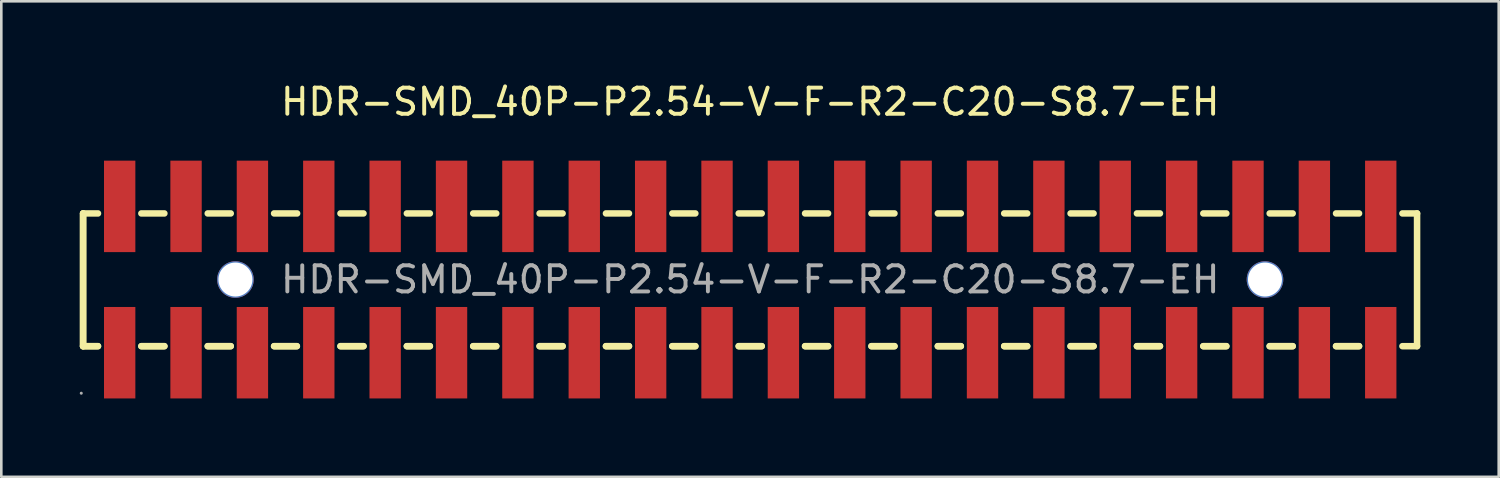
<source format=kicad_pcb>
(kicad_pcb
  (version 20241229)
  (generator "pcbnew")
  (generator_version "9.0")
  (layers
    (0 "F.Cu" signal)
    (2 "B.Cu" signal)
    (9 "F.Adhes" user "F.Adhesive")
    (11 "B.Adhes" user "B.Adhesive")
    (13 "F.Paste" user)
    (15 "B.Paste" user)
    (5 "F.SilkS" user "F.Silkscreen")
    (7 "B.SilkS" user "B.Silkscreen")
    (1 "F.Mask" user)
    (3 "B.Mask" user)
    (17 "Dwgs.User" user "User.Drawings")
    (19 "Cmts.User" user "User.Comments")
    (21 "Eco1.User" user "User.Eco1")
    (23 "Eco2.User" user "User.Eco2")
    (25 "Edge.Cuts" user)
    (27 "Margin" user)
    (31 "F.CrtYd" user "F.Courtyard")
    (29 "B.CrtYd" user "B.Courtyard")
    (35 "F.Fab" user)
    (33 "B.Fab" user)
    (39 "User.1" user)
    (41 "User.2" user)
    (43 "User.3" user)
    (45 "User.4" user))
  (footprint "HDR-SMD_40P-P2.54-V-F-R2-C20-S8.7-EH"
    (layer "F.Cu")
    (at 25.66 7.648)
    (property "Reference" "HDR-SMD_40P-P2.54-V-F-R2-C20-S8.7-EH" (at 0 -6.8 0) (layer "F.SilkS") (effects (font (size 1 1) (thickness 0.15))))
    (attr smd)
    (fp_line (start -25.53 -2.53) (end -24.96 -2.53) (stroke (width 0.25) (type solid)) (layer "F.SilkS"))
    (fp_line (start -25.53 2.55) (end -25.53 -2.53) (stroke (width 0.25) (type solid)) (layer "F.SilkS"))
    (fp_line (start -25.53 2.55) (end -25.53 -2.53) (stroke (width 0.25) (type solid)) (layer "F.SilkS"))
    (fp_line (start -24.96 2.55) (end -25.53 2.55) (stroke (width 0.25) (type solid)) (layer "F.SilkS"))
    (fp_line (start -24.96 2.55) (end -25.53 2.55) (stroke (width 0.25) (type solid)) (layer "F.SilkS"))
    (fp_line (start -23.3 -2.53) (end -22.42 -2.53) (stroke (width 0.25) (type solid)) (layer "F.SilkS"))
    (fp_line (start -22.42 2.55) (end -23.3 2.55) (stroke (width 0.25) (type solid)) (layer "F.SilkS"))
    (fp_line (start -22.42 2.55) (end -23.3 2.55) (stroke (width 0.25) (type solid)) (layer "F.SilkS"))
    (fp_line (start -20.76 -2.53) (end -19.88 -2.53) (stroke (width 0.25) (type solid)) (layer "F.SilkS"))
    (fp_line (start -19.88 2.55) (end -20.76 2.55) (stroke (width 0.25) (type solid)) (layer "F.SilkS"))
    (fp_line (start -19.88 2.55) (end -20.76 2.55) (stroke (width 0.25) (type solid)) (layer "F.SilkS"))
    (fp_line (start -18.22 -2.53) (end -17.34 -2.53) (stroke (width 0.25) (type solid)) (layer "F.SilkS"))
    (fp_line (start -17.35 2.55) (end -18.22 2.55) (stroke (width 0.25) (type solid)) (layer "F.SilkS"))
    (fp_line (start -17.35 2.55) (end -18.22 2.55) (stroke (width 0.25) (type solid)) (layer "F.SilkS"))
    (fp_line (start -15.68 -2.53) (end -14.8 -2.53) (stroke (width 0.25) (type solid)) (layer "F.SilkS"))
    (fp_line (start -14.8 2.55) (end -15.68 2.55) (stroke (width 0.25) (type solid)) (layer "F.SilkS"))
    (fp_line (start -14.8 2.55) (end -15.68 2.55) (stroke (width 0.25) (type solid)) (layer "F.SilkS"))
    (fp_line (start -13.14 -2.53) (end -12.26 -2.53) (stroke (width 0.25) (type solid)) (layer "F.SilkS"))
    (fp_line (start -12.26 2.55) (end -13.14 2.55) (stroke (width 0.25) (type solid)) (layer "F.SilkS"))
    (fp_line (start -12.26 2.55) (end -13.14 2.55) (stroke (width 0.25) (type solid)) (layer "F.SilkS"))
    (fp_line (start -10.6 -2.53) (end -9.72 -2.53) (stroke (width 0.25) (type solid)) (layer "F.SilkS"))
    (fp_line (start -9.72 2.55) (end -10.6 2.55) (stroke (width 0.25) (type solid)) (layer "F.SilkS"))
    (fp_line (start -9.72 2.55) (end -10.6 2.55) (stroke (width 0.25) (type solid)) (layer "F.SilkS"))
    (fp_line (start -8.06 -2.53) (end -7.18 -2.53) (stroke (width 0.25) (type solid)) (layer "F.SilkS"))
    (fp_line (start -7.18 2.55) (end -8.06 2.55) (stroke (width 0.25) (type solid)) (layer "F.SilkS"))
    (fp_line (start -7.18 2.55) (end -8.06 2.55) (stroke (width 0.25) (type solid)) (layer "F.SilkS"))
    (fp_line (start -5.52 -2.53) (end -4.64 -2.53) (stroke (width 0.25) (type solid)) (layer "F.SilkS"))
    (fp_line (start -4.64 2.55) (end -5.52 2.55) (stroke (width 0.25) (type solid)) (layer "F.SilkS"))
    (fp_line (start -4.64 2.55) (end -5.52 2.55) (stroke (width 0.25) (type solid)) (layer "F.SilkS"))
    (fp_line (start -2.98 -2.53) (end -2.1 -2.53) (stroke (width 0.25) (type solid)) (layer "F.SilkS"))
    (fp_line (start -2.1 2.55) (end -2.98 2.55) (stroke (width 0.25) (type solid)) (layer "F.SilkS"))
    (fp_line (start -2.1 2.55) (end -2.98 2.55) (stroke (width 0.25) (type solid)) (layer "F.SilkS"))
    (fp_line (start -0.44 -2.53) (end 0.44 -2.53) (stroke (width 0.25) (type solid)) (layer "F.SilkS"))
    (fp_line (start 0.44 2.55) (end -0.44 2.55) (stroke (width 0.25) (type solid)) (layer "F.SilkS"))
    (fp_line (start 0.44 2.55) (end -0.44 2.55) (stroke (width 0.25) (type solid)) (layer "F.SilkS"))
    (fp_line (start 2.1 -2.53) (end 2.98 -2.53) (stroke (width 0.25) (type solid)) (layer "F.SilkS"))
    (fp_line (start 2.98 2.55) (end 2.1 2.55) (stroke (width 0.25) (type solid)) (layer "F.SilkS"))
    (fp_line (start 2.98 2.55) (end 2.1 2.55) (stroke (width 0.25) (type solid)) (layer "F.SilkS"))
    (fp_line (start 4.64 -2.53) (end 5.52 -2.53) (stroke (width 0.25) (type solid)) (layer "F.SilkS"))
    (fp_line (start 5.52 2.55) (end 4.64 2.55) (stroke (width 0.25) (type solid)) (layer "F.SilkS"))
    (fp_line (start 5.52 2.55) (end 4.64 2.55) (stroke (width 0.25) (type solid)) (layer "F.SilkS"))
    (fp_line (start 7.18 -2.53) (end 8.06 -2.53) (stroke (width 0.25) (type solid)) (layer "F.SilkS"))
    (fp_line (start 8.06 2.55) (end 7.18 2.55) (stroke (width 0.25) (type solid)) (layer "F.SilkS"))
    (fp_line (start 8.06 2.55) (end 7.18 2.55) (stroke (width 0.25) (type solid)) (layer "F.SilkS"))
    (fp_line (start 9.72 -2.53) (end 10.6 -2.53) (stroke (width 0.25) (type solid)) (layer "F.SilkS"))
    (fp_line (start 10.6 2.55) (end 9.72 2.55) (stroke (width 0.25) (type solid)) (layer "F.SilkS"))
    (fp_line (start 10.6 2.55) (end 9.72 2.55) (stroke (width 0.25) (type solid)) (layer "F.SilkS"))
    (fp_line (start 12.26 -2.53) (end 13.14 -2.53) (stroke (width 0.25) (type solid)) (layer "F.SilkS"))
    (fp_line (start 13.14 2.55) (end 12.26 2.55) (stroke (width 0.25) (type solid)) (layer "F.SilkS"))
    (fp_line (start 13.14 2.55) (end 12.26 2.55) (stroke (width 0.25) (type solid)) (layer "F.SilkS"))
    (fp_line (start 14.8 -2.53) (end 15.68 -2.53) (stroke (width 0.25) (type solid)) (layer "F.SilkS"))
    (fp_line (start 15.68 2.55) (end 14.8 2.55) (stroke (width 0.25) (type solid)) (layer "F.SilkS"))
    (fp_line (start 15.68 2.55) (end 14.8 2.55) (stroke (width 0.25) (type solid)) (layer "F.SilkS"))
    (fp_line (start 17.34 -2.53) (end 18.22 -2.53) (stroke (width 0.25) (type solid)) (layer "F.SilkS"))
    (fp_line (start 18.22 2.55) (end 17.34 2.55) (stroke (width 0.25) (type solid)) (layer "F.SilkS"))
    (fp_line (start 18.22 2.55) (end 17.34 2.55) (stroke (width 0.25) (type solid)) (layer "F.SilkS"))
    (fp_line (start 19.88 -2.53) (end 20.76 -2.53) (stroke (width 0.25) (type solid)) (layer "F.SilkS"))
    (fp_line (start 20.76 2.55) (end 19.88 2.55) (stroke (width 0.25) (type solid)) (layer "F.SilkS"))
    (fp_line (start 20.76 2.55) (end 19.88 2.55) (stroke (width 0.25) (type solid)) (layer "F.SilkS"))
    (fp_line (start 22.42 -2.53) (end 23.3 -2.53) (stroke (width 0.25) (type solid)) (layer "F.SilkS"))
    (fp_line (start 23.3 2.55) (end 22.42 2.55) (stroke (width 0.25) (type solid)) (layer "F.SilkS"))
    (fp_line (start 23.3 2.55) (end 22.42 2.55) (stroke (width 0.25) (type solid)) (layer "F.SilkS"))
    (fp_line (start 25.52 -2.53) (end 24.96 -2.53) (stroke (width 0.25) (type solid)) (layer "F.SilkS"))
    (fp_line (start 25.52 2.55) (end 24.96 2.55) (stroke (width 0.25) (type solid)) (layer "F.SilkS"))
    (fp_line (start 25.52 2.55) (end 25.52 -2.53) (stroke (width 0.25) (type solid)) (layer "F.SilkS"))
    (fp_circle (center -19.7 0) (end -19.45 0) (stroke (width 0.5) (type solid)) (fill no) (layer "Cmts.User"))
    (fp_circle (center 19.7 0) (end 19.95 0) (stroke (width 0.5) (type solid)) (fill no) (layer "Cmts.User"))
    (fp_circle (center -25.6 4.35) (end -25.57 4.35) (stroke (width 0.06) (type solid)) (fill no) (layer "F.Fab"))
    (fp_text user "${REFERENCE}" (at 0 0 0) (layer "F.Fab") (effects (font (size 1 1) (thickness 0.15))))
    (pad "" thru_hole circle (at -19.7 0) (size 1.4 1.4) (drill 1.3) (layers "*.Cu" "*.Mask"))
    (pad "" np_thru_hole circle (at 19.7 0) (size 1.4 1.4) (drill 1.3) (layers "*.Cu" "*.Mask"))
    (pad "1" smd rect (at -24.13 2.8) (size 1.2 3.5) (layers "F.Cu" "F.Mask" "F.Paste"))
    (pad "2" smd rect (at -24.13 -2.8) (size 1.2 3.5) (layers "F.Cu" "F.Mask" "F.Paste"))
    (pad "3" smd rect (at -21.59 2.8) (size 1.2 3.5) (layers "F.Cu" "F.Mask" "F.Paste"))
    (pad "4" smd rect (at -21.59 -2.8) (size 1.2 3.5) (layers "F.Cu" "F.Mask" "F.Paste"))
    (pad "5" smd rect (at -19.05 2.8) (size 1.2 3.5) (layers "F.Cu" "F.Mask" "F.Paste"))
    (pad "6" smd rect (at -19.05 -2.8) (size 1.2 3.5) (layers "F.Cu" "F.Mask" "F.Paste"))
    (pad "7" smd rect (at -16.51 2.8) (size 1.2 3.5) (layers "F.Cu" "F.Mask" "F.Paste"))
    (pad "8" smd rect (at -16.51 -2.8) (size 1.2 3.5) (layers "F.Cu" "F.Mask" "F.Paste"))
    (pad "9" smd rect (at -13.97 2.8) (size 1.2 3.5) (layers "F.Cu" "F.Mask" "F.Paste"))
    (pad "10" smd rect (at -13.97 -2.8) (size 1.2 3.5) (layers "F.Cu" "F.Mask" "F.Paste"))
    (pad "11" smd rect (at -11.43 2.8) (size 1.2 3.5) (layers "F.Cu" "F.Mask" "F.Paste"))
    (pad "12" smd rect (at -11.43 -2.8) (size 1.2 3.5) (layers "F.Cu" "F.Mask" "F.Paste"))
    (pad "13" smd rect (at -8.89 2.8) (size 1.2 3.5) (layers "F.Cu" "F.Mask" "F.Paste"))
    (pad "14" smd rect (at -8.89 -2.8) (size 1.2 3.5) (layers "F.Cu" "F.Mask" "F.Paste"))
    (pad "15" smd rect (at -6.35 2.8) (size 1.2 3.5) (layers "F.Cu" "F.Mask" "F.Paste"))
    (pad "16" smd rect (at -6.35 -2.8) (size 1.2 3.5) (layers "F.Cu" "F.Mask" "F.Paste"))
    (pad "17" smd rect (at -3.81 2.8) (size 1.2 3.5) (layers "F.Cu" "F.Mask" "F.Paste"))
    (pad "18" smd rect (at -3.81 -2.8) (size 1.2 3.5) (layers "F.Cu" "F.Mask" "F.Paste"))
    (pad "19" smd rect (at -1.27 2.8) (size 1.2 3.5) (layers "F.Cu" "F.Mask" "F.Paste"))
    (pad "20" smd rect (at -1.27 -2.8) (size 1.2 3.5) (layers "F.Cu" "F.Mask" "F.Paste"))
    (pad "21" smd rect (at 1.27 2.8) (size 1.2 3.5) (layers "F.Cu" "F.Mask" "F.Paste"))
    (pad "22" smd rect (at 1.27 -2.8) (size 1.2 3.5) (layers "F.Cu" "F.Mask" "F.Paste"))
    (pad "23" smd rect (at 3.81 2.8) (size 1.2 3.5) (layers "F.Cu" "F.Mask" "F.Paste"))
    (pad "24" smd rect (at 3.81 -2.8) (size 1.2 3.5) (layers "F.Cu" "F.Mask" "F.Paste"))
    (pad "25" smd rect (at 6.35 2.8) (size 1.2 3.5) (layers "F.Cu" "F.Mask" "F.Paste"))
    (pad "26" smd rect (at 6.35 -2.8) (size 1.2 3.5) (layers "F.Cu" "F.Mask" "F.Paste"))
    (pad "27" smd rect (at 8.89 2.8) (size 1.2 3.5) (layers "F.Cu" "F.Mask" "F.Paste"))
    (pad "28" smd rect (at 8.89 -2.8) (size 1.2 3.5) (layers "F.Cu" "F.Mask" "F.Paste"))
    (pad "29" smd rect (at 11.43 2.8) (size 1.2 3.5) (layers "F.Cu" "F.Mask" "F.Paste"))
    (pad "30" smd rect (at 11.43 -2.8) (size 1.2 3.5) (layers "F.Cu" "F.Mask" "F.Paste"))
    (pad "31" smd rect (at 13.97 2.8) (size 1.2 3.5) (layers "F.Cu" "F.Mask" "F.Paste"))
    (pad "32" smd rect (at 13.97 -2.8) (size 1.2 3.5) (layers "F.Cu" "F.Mask" "F.Paste"))
    (pad "33" smd rect (at 16.51 2.8) (size 1.2 3.5) (layers "F.Cu" "F.Mask" "F.Paste"))
    (pad "34" smd rect (at 16.51 -2.8) (size 1.2 3.5) (layers "F.Cu" "F.Mask" "F.Paste"))
    (pad "35" smd rect (at 19.05 2.8) (size 1.2 3.5) (layers "F.Cu" "F.Mask" "F.Paste"))
    (pad "36" smd rect (at 19.05 -2.8) (size 1.2 3.5) (layers "F.Cu" "F.Mask" "F.Paste"))
    (pad "37" smd rect (at 21.59 2.8) (size 1.2 3.5) (layers "F.Cu" "F.Mask" "F.Paste"))
    (pad "38" smd rect (at 21.59 -2.8) (size 1.2 3.5) (layers "F.Cu" "F.Mask" "F.Paste"))
    (pad "39" smd rect (at 24.13 2.8) (size 1.2 3.5) (layers "F.Cu" "F.Mask" "F.Paste"))
    (pad "40" smd rect (at 24.13 -2.8) (size 1.2 3.5) (layers "F.Cu" "F.Mask" "F.Paste")))
  (gr_rect
    (start -3 -3)
    (end 54.305 15.198)
    (stroke (width 0.1) (type default))
    (fill no)
    (layer "Edge.Cuts")))
</source>
